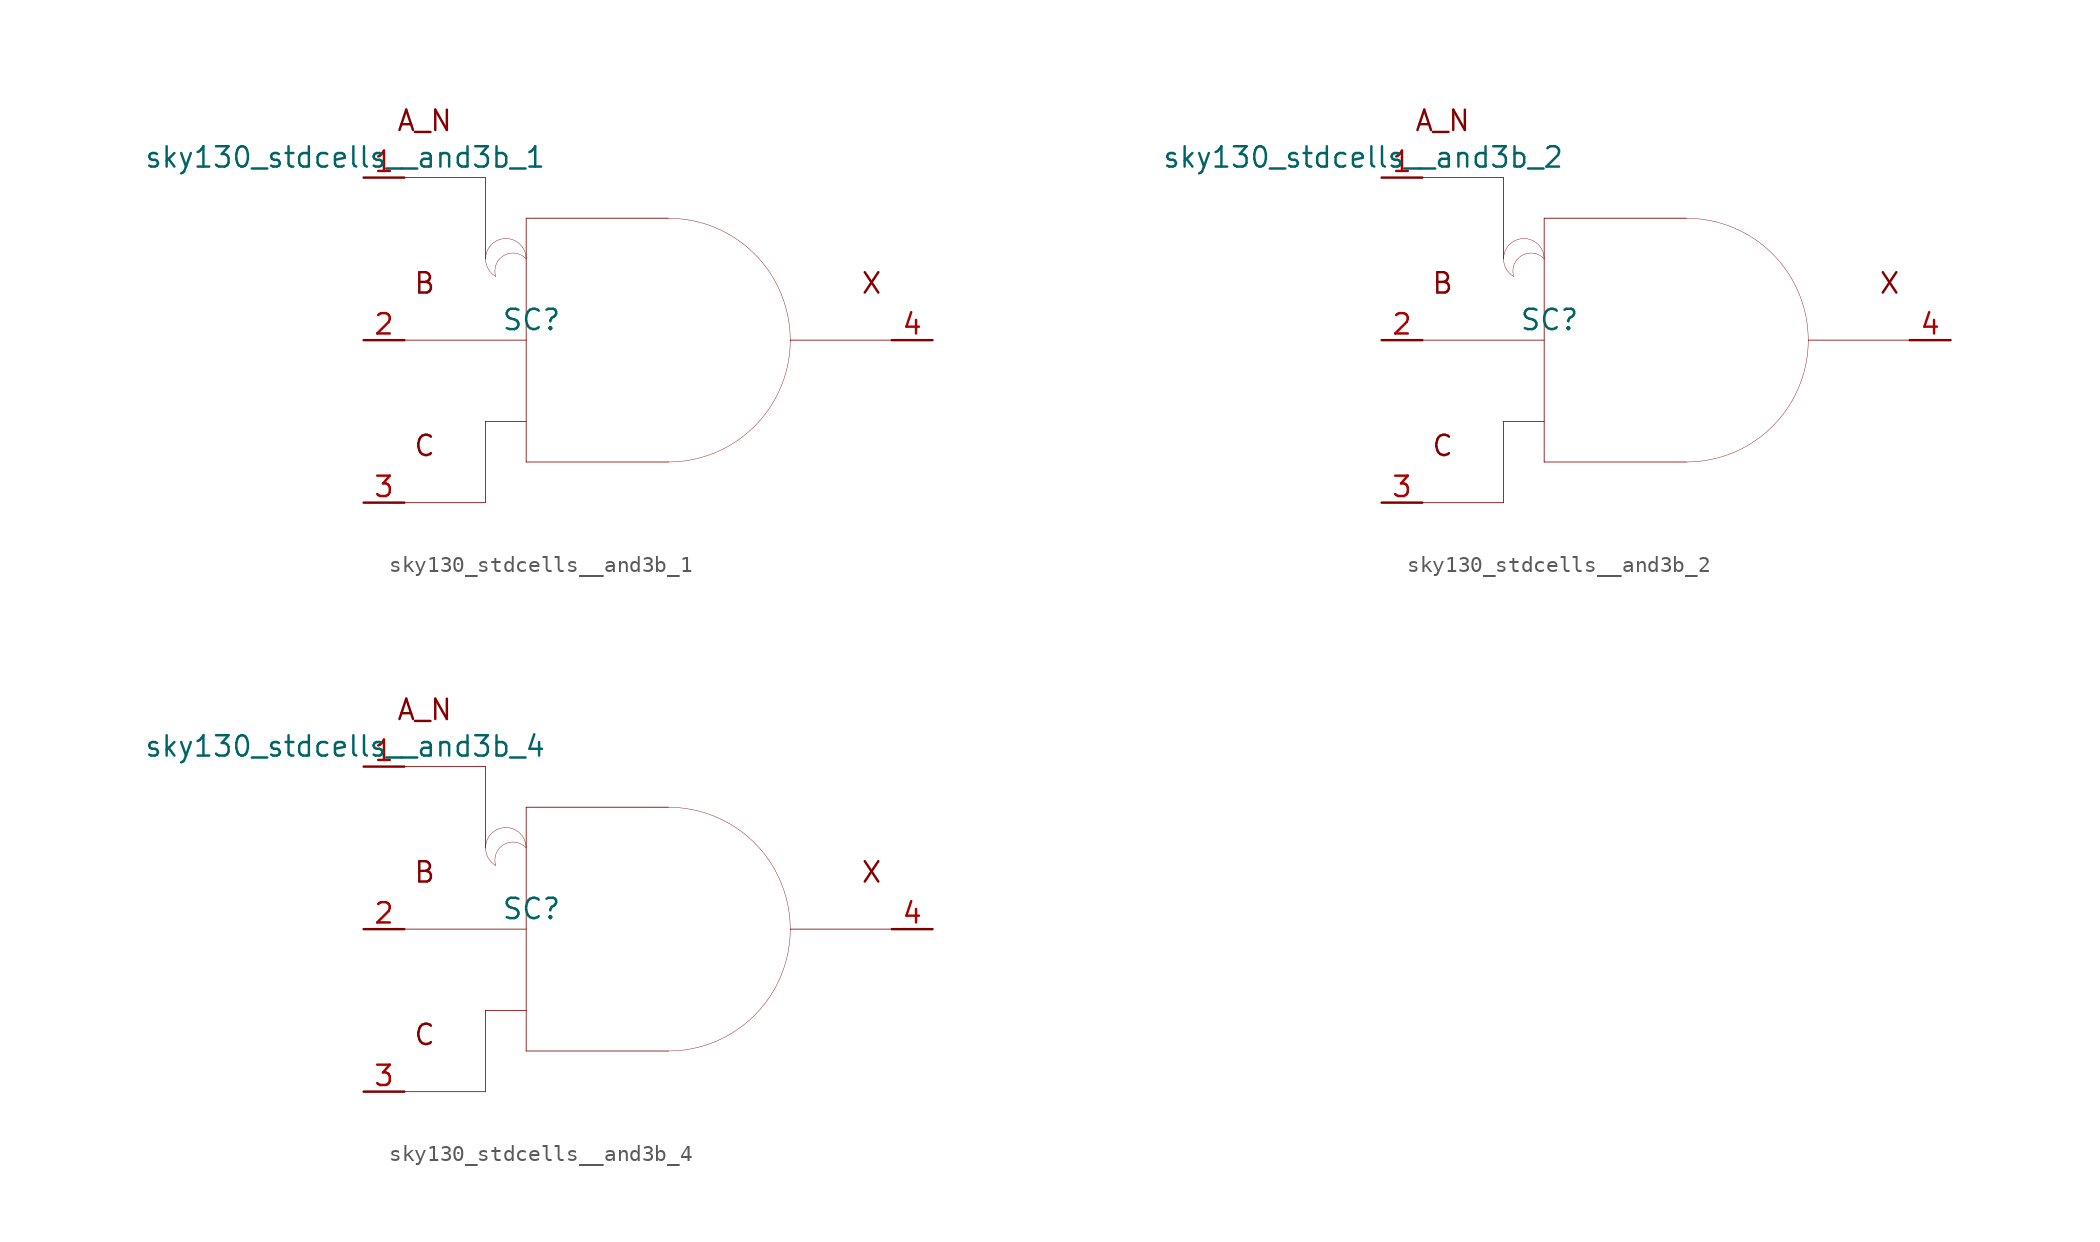
<source format=kicad_sym>
(kicad_symbol_lib
  (version 20211014)
  (generator kicad_symbol_editor)
  (symbol "sky130_stdcells__and3b_1"
    (pin_names hide)
    (property "Reference" "SC"
      (at -7.29 1.27 0)
      (effects (font (size 1.27 1.27))))
    (property "Value" "sky130_stdcells__and3b_1"
      (at -6.35 11.43 0)
      (effects (font (size 1.27 1.27)) (justify right)))
    (symbol "sky130_stdcells__and3b_1_0_0"
      (arc (start -9.525 6.1799) (mid -10.16 5.08) (end -9.525 3.9801) (stroke (width 0.0254) (type default) (color 0 0 0 0)) (fill (type none)))
      (arc (start -7.62 5.08) (mid -9.4769 5.5543) (end -9.525 3.9801) (stroke (width 0.0254) (type default) (color 0 0 0 0)) (fill (type none)))
      (arc (start -7.62 5.08) (mid -8.255 6.1798) (end -9.525 6.1799) (stroke (width 0.0254) (type default) (color 0 0 0 0)) (fill (type none)))
      (polyline (pts (xy -15.24 -10.16) (xy -10.16 -10.16)) (stroke (width 0.051) (type default) (color 0 0 0 0)) (fill (type none)))
      (polyline (pts (xy -15.24 0) (xy -7.62 0)) (stroke (width 0.051) (type default) (color 0 0 0 0)) (fill (type none)))
      (polyline (pts (xy -15.24 10.16) (xy -10.16 10.16)) (stroke (width 0.051) (type default) (color 0 0 0 0)) (fill (type none)))
      (polyline (pts (xy -10.16 -5.08) (xy -10.16 -10.16)) (stroke (width 0.051) (type default) (color 0 0 0 0)) (fill (type none)))
      (polyline (pts (xy -10.16 -5.08) (xy -7.62 -5.08)) (stroke (width 0.051) (type default) (color 0 0 0 0)) (fill (type none)))
      (polyline (pts (xy -10.16 10.16) (xy -10.16 5.08)) (stroke (width 0.051) (type default) (color 0 0 0 0)) (fill (type none)))
      (polyline (pts (xy -7.62 -7.62) (xy 1.27 -7.62)) (stroke (width 0.051) (type default) (color 0 0 0 0)) (fill (type none)))
      (polyline (pts (xy -7.62 7.62) (xy -7.62 -7.62)) (stroke (width 0.051) (type default) (color 0 0 0 0)) (fill (type none)))
      (polyline (pts (xy -7.62 7.62) (xy 1.27 7.62)) (stroke (width 0.051) (type default) (color 0 0 0 0)) (fill (type none)))
      (polyline (pts (xy 8.89 0) (xy 15.24 0)) (stroke (width 0.051) (type default) (color 0 0 0 0)) (fill (type none)))
      (arc (start 1.27 -7.62) (mid 3.2422 -7.3604) (end 5.08 -6.5991) (stroke (width 0.0254) (type default) (color 0 0 0 0)) (fill (type none)))
      (arc (start 5.08 -6.5991) (mid 6.6581 -5.3881) (end 7.8691 -3.81) (stroke (width 0.0254) (type default) (color 0 0 0 0)) (fill (type none)))
      (arc (start 5.08 6.5991) (mid 3.2422 7.3603) (end 1.27 7.62) (stroke (width 0.0254) (type default) (color 0 0 0 0)) (fill (type none)))
      (arc (start 7.8691 -3.81) (mid 8.6303 -1.9722) (end 8.89 0) (stroke (width 0.0254) (type default) (color 0 0 0 0)) (fill (type none)))
      (arc (start 7.8691 3.81) (mid 6.6581 5.3881) (end 5.08 6.5991) (stroke (width 0.0254) (type default) (color 0 0 0 0)) (fill (type none)))
      (arc (start 8.89 0) (mid 8.6304 1.9722) (end 7.8691 3.81) (stroke (width 0.0254) (type default) (color 0 0 0 0)) (fill (type none)))
      (text "A_N" (at -13.97 13.716 0) (effects (font (size 1.27 1.27))))
      (text "B" (at -13.97 3.556 0) (effects (font (size 1.27 1.27))))
      (text "C" (at -13.97 -6.604 0) (effects (font (size 1.27 1.27))))
      (text "X" (at 13.97 3.556 0) (effects (font (size 1.27 1.27)))))
    (symbol "sky130_stdcells__and3b_1_1_1"
      (pin input line (at -17.78 10.16 0) (length 2.54) (name "A_N" (effects (font (size 1.092 1.092)))) (number "1" (effects (font (size 1.27 1.27)))))
      (pin input line (at -17.78 0 0) (length 2.54) (name "B" (effects (font (size 1.092 1.092)))) (number "2" (effects (font (size 1.27 1.27)))))
      (pin input line (at -17.78 -10.16 0) (length 2.54) (name "C" (effects (font (size 1.092 1.092)))) (number "3" (effects (font (size 1.27 1.27)))))
      (pin output line (at 17.78 0 180) (length 2.54) (name "X" (effects (font (size 1.092 1.092)))) (number "4" (effects (font (size 1.27 1.27)))))))
  (symbol "sky130_stdcells__and3b_2"
    (pin_names hide)
    (property "Reference" "SC"
      (at -7.29 1.27 0)
      (effects (font (size 1.27 1.27))))
    (property "Value" "sky130_stdcells__and3b_2"
      (at -6.35 11.43 0)
      (effects (font (size 1.27 1.27)) (justify right)))
    (symbol "sky130_stdcells__and3b_2_0_0"
      (arc (start -9.525 6.1799) (mid -10.16 5.08) (end -9.525 3.9801) (stroke (width 0.0254) (type default) (color 0 0 0 0)) (fill (type none)))
      (arc (start -7.62 5.08) (mid -9.4769 5.5543) (end -9.525 3.9801) (stroke (width 0.0254) (type default) (color 0 0 0 0)) (fill (type none)))
      (arc (start -7.62 5.08) (mid -8.255 6.1798) (end -9.525 6.1799) (stroke (width 0.0254) (type default) (color 0 0 0 0)) (fill (type none)))
      (polyline (pts (xy -15.24 -10.16) (xy -10.16 -10.16)) (stroke (width 0.051) (type default) (color 0 0 0 0)) (fill (type none)))
      (polyline (pts (xy -15.24 0) (xy -7.62 0)) (stroke (width 0.051) (type default) (color 0 0 0 0)) (fill (type none)))
      (polyline (pts (xy -15.24 10.16) (xy -10.16 10.16)) (stroke (width 0.051) (type default) (color 0 0 0 0)) (fill (type none)))
      (polyline (pts (xy -10.16 -5.08) (xy -10.16 -10.16)) (stroke (width 0.051) (type default) (color 0 0 0 0)) (fill (type none)))
      (polyline (pts (xy -10.16 -5.08) (xy -7.62 -5.08)) (stroke (width 0.051) (type default) (color 0 0 0 0)) (fill (type none)))
      (polyline (pts (xy -10.16 10.16) (xy -10.16 5.08)) (stroke (width 0.051) (type default) (color 0 0 0 0)) (fill (type none)))
      (polyline (pts (xy -7.62 -7.62) (xy 1.27 -7.62)) (stroke (width 0.051) (type default) (color 0 0 0 0)) (fill (type none)))
      (polyline (pts (xy -7.62 7.62) (xy -7.62 -7.62)) (stroke (width 0.051) (type default) (color 0 0 0 0)) (fill (type none)))
      (polyline (pts (xy -7.62 7.62) (xy 1.27 7.62)) (stroke (width 0.051) (type default) (color 0 0 0 0)) (fill (type none)))
      (polyline (pts (xy 8.89 0) (xy 15.24 0)) (stroke (width 0.051) (type default) (color 0 0 0 0)) (fill (type none)))
      (arc (start 1.27 -7.62) (mid 3.2422 -7.3604) (end 5.08 -6.5991) (stroke (width 0.0254) (type default) (color 0 0 0 0)) (fill (type none)))
      (arc (start 5.08 -6.5991) (mid 6.6581 -5.3881) (end 7.8691 -3.81) (stroke (width 0.0254) (type default) (color 0 0 0 0)) (fill (type none)))
      (arc (start 5.08 6.5991) (mid 3.2422 7.3603) (end 1.27 7.62) (stroke (width 0.0254) (type default) (color 0 0 0 0)) (fill (type none)))
      (arc (start 7.8691 -3.81) (mid 8.6303 -1.9722) (end 8.89 0) (stroke (width 0.0254) (type default) (color 0 0 0 0)) (fill (type none)))
      (arc (start 7.8691 3.81) (mid 6.6581 5.3881) (end 5.08 6.5991) (stroke (width 0.0254) (type default) (color 0 0 0 0)) (fill (type none)))
      (arc (start 8.89 0) (mid 8.6304 1.9722) (end 7.8691 3.81) (stroke (width 0.0254) (type default) (color 0 0 0 0)) (fill (type none)))
      (text "A_N" (at -13.97 13.716 0) (effects (font (size 1.27 1.27))))
      (text "B" (at -13.97 3.556 0) (effects (font (size 1.27 1.27))))
      (text "C" (at -13.97 -6.604 0) (effects (font (size 1.27 1.27))))
      (text "X" (at 13.97 3.556 0) (effects (font (size 1.27 1.27)))))
    (symbol "sky130_stdcells__and3b_2_1_1"
      (pin input line (at -17.78 10.16 0) (length 2.54) (name "A_N" (effects (font (size 1.092 1.092)))) (number "1" (effects (font (size 1.27 1.27)))))
      (pin input line (at -17.78 0 0) (length 2.54) (name "B" (effects (font (size 1.092 1.092)))) (number "2" (effects (font (size 1.27 1.27)))))
      (pin input line (at -17.78 -10.16 0) (length 2.54) (name "C" (effects (font (size 1.092 1.092)))) (number "3" (effects (font (size 1.27 1.27)))))
      (pin output line (at 17.78 0 180) (length 2.54) (name "X" (effects (font (size 1.092 1.092)))) (number "4" (effects (font (size 1.27 1.27)))))))
  (symbol "sky130_stdcells__and3b_4"
    (pin_names hide)
    (property "Reference" "SC"
      (at -7.29 1.27 0)
      (effects (font (size 1.27 1.27))))
    (property "Value" "sky130_stdcells__and3b_4"
      (at -6.35 11.43 0)
      (effects (font (size 1.27 1.27)) (justify right)))
    (symbol "sky130_stdcells__and3b_4_0_0"
      (arc (start -9.525 6.1799) (mid -10.16 5.08) (end -9.525 3.9801) (stroke (width 0.0254) (type default) (color 0 0 0 0)) (fill (type none)))
      (arc (start -7.62 5.08) (mid -9.4769 5.5543) (end -9.525 3.9801) (stroke (width 0.0254) (type default) (color 0 0 0 0)) (fill (type none)))
      (arc (start -7.62 5.08) (mid -8.255 6.1798) (end -9.525 6.1799) (stroke (width 0.0254) (type default) (color 0 0 0 0)) (fill (type none)))
      (polyline (pts (xy -15.24 -10.16) (xy -10.16 -10.16)) (stroke (width 0.051) (type default) (color 0 0 0 0)) (fill (type none)))
      (polyline (pts (xy -15.24 0) (xy -7.62 0)) (stroke (width 0.051) (type default) (color 0 0 0 0)) (fill (type none)))
      (polyline (pts (xy -15.24 10.16) (xy -10.16 10.16)) (stroke (width 0.051) (type default) (color 0 0 0 0)) (fill (type none)))
      (polyline (pts (xy -10.16 -5.08) (xy -10.16 -10.16)) (stroke (width 0.051) (type default) (color 0 0 0 0)) (fill (type none)))
      (polyline (pts (xy -10.16 -5.08) (xy -7.62 -5.08)) (stroke (width 0.051) (type default) (color 0 0 0 0)) (fill (type none)))
      (polyline (pts (xy -10.16 10.16) (xy -10.16 5.08)) (stroke (width 0.051) (type default) (color 0 0 0 0)) (fill (type none)))
      (polyline (pts (xy -7.62 -7.62) (xy 1.27 -7.62)) (stroke (width 0.051) (type default) (color 0 0 0 0)) (fill (type none)))
      (polyline (pts (xy -7.62 7.62) (xy -7.62 -7.62)) (stroke (width 0.051) (type default) (color 0 0 0 0)) (fill (type none)))
      (polyline (pts (xy -7.62 7.62) (xy 1.27 7.62)) (stroke (width 0.051) (type default) (color 0 0 0 0)) (fill (type none)))
      (polyline (pts (xy 8.89 0) (xy 15.24 0)) (stroke (width 0.051) (type default) (color 0 0 0 0)) (fill (type none)))
      (arc (start 1.27 -7.62) (mid 3.2422 -7.3604) (end 5.08 -6.5991) (stroke (width 0.0254) (type default) (color 0 0 0 0)) (fill (type none)))
      (arc (start 5.08 -6.5991) (mid 6.6581 -5.3881) (end 7.8691 -3.81) (stroke (width 0.0254) (type default) (color 0 0 0 0)) (fill (type none)))
      (arc (start 5.08 6.5991) (mid 3.2422 7.3603) (end 1.27 7.62) (stroke (width 0.0254) (type default) (color 0 0 0 0)) (fill (type none)))
      (arc (start 7.8691 -3.81) (mid 8.6303 -1.9722) (end 8.89 0) (stroke (width 0.0254) (type default) (color 0 0 0 0)) (fill (type none)))
      (arc (start 7.8691 3.81) (mid 6.6581 5.3881) (end 5.08 6.5991) (stroke (width 0.0254) (type default) (color 0 0 0 0)) (fill (type none)))
      (arc (start 8.89 0) (mid 8.6304 1.9722) (end 7.8691 3.81) (stroke (width 0.0254) (type default) (color 0 0 0 0)) (fill (type none)))
      (text "A_N" (at -13.97 13.716 0) (effects (font (size 1.27 1.27))))
      (text "B" (at -13.97 3.556 0) (effects (font (size 1.27 1.27))))
      (text "C" (at -13.97 -6.604 0) (effects (font (size 1.27 1.27))))
      (text "X" (at 13.97 3.556 0) (effects (font (size 1.27 1.27)))))
    (symbol "sky130_stdcells__and3b_4_1_1"
      (pin input line (at -17.78 10.16 0) (length 2.54) (name "A_N" (effects (font (size 1.092 1.092)))) (number "1" (effects (font (size 1.27 1.27)))))
      (pin input line (at -17.78 0 0) (length 2.54) (name "B" (effects (font (size 1.092 1.092)))) (number "2" (effects (font (size 1.27 1.27)))))
      (pin input line (at -17.78 -10.16 0) (length 2.54) (name "C" (effects (font (size 1.092 1.092)))) (number "3" (effects (font (size 1.27 1.27)))))
      (pin output line (at 17.78 0 180) (length 2.54) (name "X" (effects (font (size 1.092 1.092)))) (number "4" (effects (font (size 1.27 1.27))))))))
</source>
